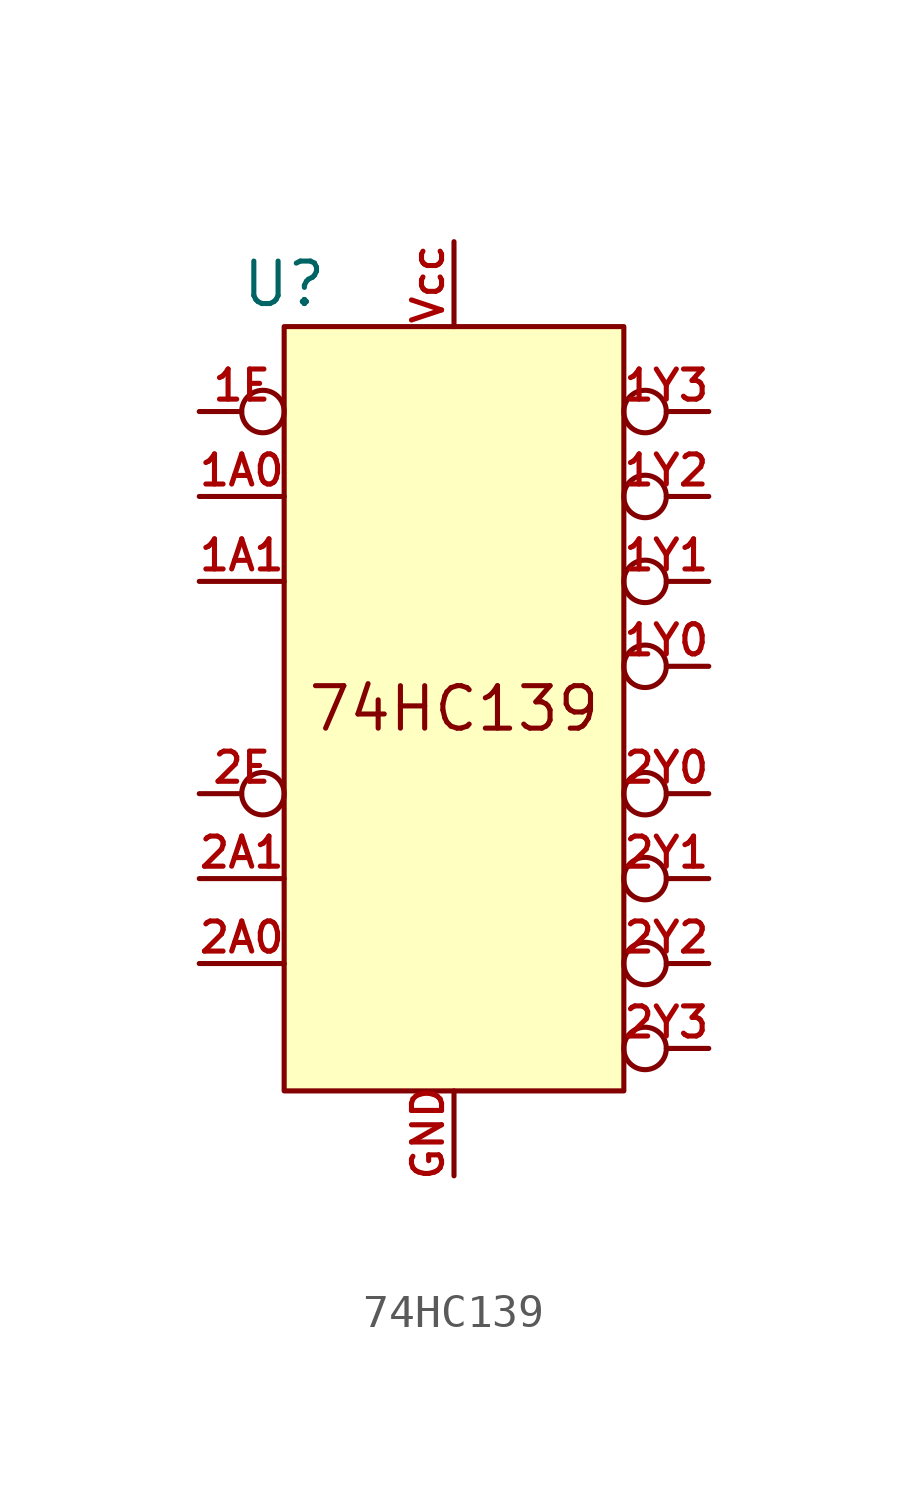
<source format=kicad_sym>
(kicad_symbol_lib
  (version 20220914)
  (generator kicad_symbol_editor)
  (symbol "74HC139"
    (property "Reference" "U"
      (at -5.08 12.7 0)
      (effects (font (size 1.27 1.27))))
    (property "Value" ""
      (at -7.62 8.89 0)
      (effects (font (size 1.27 1.27))))
    (symbol "74HC139_1_0"
      (pin input line (at -7.62 6.35 0) (length 2.54) (name "" (effects (font (size 1.27 1.27)))) (number "1A0" (effects (font (size 0.9 0.9)))))
      (pin input line (at -7.62 3.81 0) (length 2.54) (name "" (effects (font (size 1.27 1.27)))) (number "1A1" (effects (font (size 0.9 0.9)))))
      (pin input inverted (at -7.62 8.89 0) (length 2.54) (name "" (effects (font (size 1.27 1.27)))) (number "1E" (effects (font (size 0.9 0.9)))))
      (pin output inverted (at 7.62 1.27 180) (length 2.54) (name "" (effects (font (size 1.27 1.27)))) (number "1Y0" (effects (font (size 0.9 0.9)))))
      (pin output inverted (at 7.62 3.81 180) (length 2.54) (name "" (effects (font (size 1.27 1.27)))) (number "1Y1" (effects (font (size 0.9 0.9)))))
      (pin output inverted (at 7.62 6.35 180) (length 2.54) (name "" (effects (font (size 1.27 1.27)))) (number "1Y2" (effects (font (size 0.9 0.9)))))
      (pin output inverted (at 7.62 8.89 180) (length 2.54) (name "" (effects (font (size 1.27 1.27)))) (number "1Y3" (effects (font (size 0.9 0.9)))))
      (pin input line (at -7.62 -7.62 0) (length 2.54) (name "" (effects (font (size 1.27 1.27)))) (number "2A0" (effects (font (size 0.9 0.9)))))
      (pin input line (at -7.62 -5.08 0) (length 2.54) (name "" (effects (font (size 1.27 1.27)))) (number "2A1" (effects (font (size 0.9 0.9)))))
      (pin input inverted (at -7.62 -2.54 0) (length 2.54) (name "" (effects (font (size 1.27 1.27)))) (number "2E" (effects (font (size 0.9 0.9)))))
      (pin output inverted (at 7.62 -2.54 180) (length 2.54) (name "" (effects (font (size 1.27 1.27)))) (number "2Y0" (effects (font (size 0.9 0.9)))))
      (pin output inverted (at 7.62 -5.08 180) (length 2.54) (name "" (effects (font (size 1.27 1.27)))) (number "2Y1" (effects (font (size 0.9 0.9)))))
      (pin output inverted (at 7.62 -7.62 180) (length 2.54) (name "" (effects (font (size 1.27 1.27)))) (number "2Y2" (effects (font (size 0.9 0.9)))))
      (pin output inverted (at 7.62 -10.16 180) (length 2.54) (name "" (effects (font (size 1.27 1.27)))) (number "2Y3" (effects (font (size 0.9 0.9)))))
      (pin passive line (at 0 -13.97 90) (length 2.54) (name "" (effects (font (size 1.27 1.27)))) (number "GND" (effects (font (size 0.9 0.9)))))
      (pin power_in line (at 0 13.97 270) (length 2.54) (name "" (effects (font (size 1.27 1.27)))) (number "Vcc" (effects (font (size 0.9 0.9))))))
    (symbol "74HC139_1_1"
      (rectangle (start -5.08 11.43) (end 5.08 -11.43) (stroke (width 0) (type default)) (fill (type background)))
      (text "74HC139" (at 0 0 0) (effects (font (size 1.27 1.27)))))))
</source>
